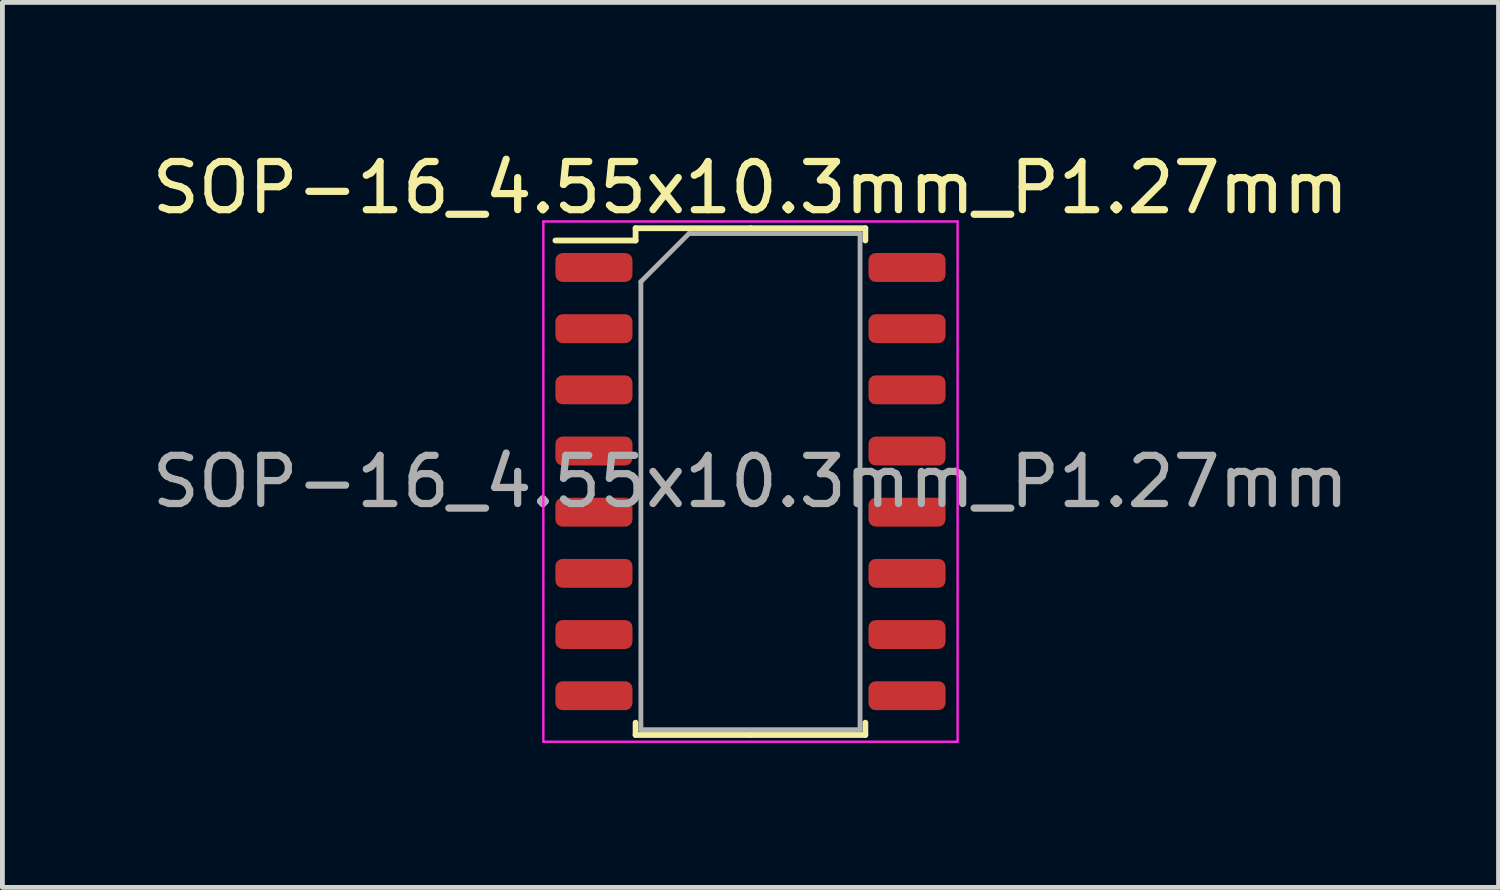
<source format=kicad_pcb>
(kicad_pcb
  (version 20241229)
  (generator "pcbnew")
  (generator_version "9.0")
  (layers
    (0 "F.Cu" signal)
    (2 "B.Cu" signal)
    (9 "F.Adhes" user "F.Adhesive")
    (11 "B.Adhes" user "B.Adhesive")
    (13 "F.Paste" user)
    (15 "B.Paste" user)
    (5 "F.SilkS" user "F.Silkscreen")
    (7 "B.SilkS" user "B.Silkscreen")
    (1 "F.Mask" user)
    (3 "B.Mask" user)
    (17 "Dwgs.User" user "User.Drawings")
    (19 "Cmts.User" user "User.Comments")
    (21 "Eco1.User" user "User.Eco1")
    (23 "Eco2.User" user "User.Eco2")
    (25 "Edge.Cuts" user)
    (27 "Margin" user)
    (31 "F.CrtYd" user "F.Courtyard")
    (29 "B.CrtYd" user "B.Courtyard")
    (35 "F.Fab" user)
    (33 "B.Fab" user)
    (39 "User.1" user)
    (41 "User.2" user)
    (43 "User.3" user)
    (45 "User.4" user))
  (footprint "SOP-16_4.55x10.3mm_P1.27mm"
    (layer "F.Cu")
    (at 12.53 6.948)
    (property "Reference" "SOP-16_4.55x10.3mm_P1.27mm" (at 0 -6.1 0) (layer "F.SilkS") (effects (font (size 1 1) (thickness 0.15))))
    (attr smd)
    (fp_line (start -2.385 -5.26) (end -2.385 -5.005) (stroke (width 0.12) (type solid)) (layer "F.SilkS"))
    (fp_line (start -2.385 -5.005) (end -4.05 -5.005) (stroke (width 0.12) (type solid)) (layer "F.SilkS"))
    (fp_line (start -2.385 5.26) (end -2.385 5.005) (stroke (width 0.12) (type solid)) (layer "F.SilkS"))
    (fp_line (start 0 -5.26) (end -2.385 -5.26) (stroke (width 0.12) (type solid)) (layer "F.SilkS"))
    (fp_line (start 0 -5.26) (end 2.385 -5.26) (stroke (width 0.12) (type solid)) (layer "F.SilkS"))
    (fp_line (start 0 5.26) (end -2.385 5.26) (stroke (width 0.12) (type solid)) (layer "F.SilkS"))
    (fp_line (start 0 5.26) (end 2.385 5.26) (stroke (width 0.12) (type solid)) (layer "F.SilkS"))
    (fp_line (start 2.385 -5.26) (end 2.385 -5.005) (stroke (width 0.12) (type solid)) (layer "F.SilkS"))
    (fp_line (start 2.385 5.26) (end 2.385 5.005) (stroke (width 0.12) (type solid)) (layer "F.SilkS"))
    (fp_line (start -4.3 -5.4) (end -4.3 5.4) (stroke (width 0.05) (type solid)) (layer "F.CrtYd"))
    (fp_line (start -4.3 5.4) (end 4.3 5.4) (stroke (width 0.05) (type solid)) (layer "F.CrtYd"))
    (fp_line (start 4.3 -5.4) (end -4.3 -5.4) (stroke (width 0.05) (type solid)) (layer "F.CrtYd"))
    (fp_line (start 4.3 5.4) (end 4.3 -5.4) (stroke (width 0.05) (type solid)) (layer "F.CrtYd"))
    (fp_line (start -2.275 -4.15) (end -1.275 -5.15) (stroke (width 0.1) (type solid)) (layer "F.Fab"))
    (fp_line (start -2.275 5.15) (end -2.275 -4.15) (stroke (width 0.1) (type solid)) (layer "F.Fab"))
    (fp_line (start -1.275 -5.15) (end 2.275 -5.15) (stroke (width 0.1) (type solid)) (layer "F.Fab"))
    (fp_line (start 2.275 -5.15) (end 2.275 5.15) (stroke (width 0.1) (type solid)) (layer "F.Fab"))
    (fp_line (start 2.275 5.15) (end -2.275 5.15) (stroke (width 0.1) (type solid)) (layer "F.Fab"))
    (fp_text user "${REFERENCE}" (at 0 0 0) (layer "F.Fab") (effects (font (size 1 1) (thickness 0.15))))
    (pad "1" smd roundrect (at -3.25 -4.445) (size 1.6 0.6) (layers "F.Cu" "F.Mask" "F.Paste") (roundrect_rratio 0.25))
    (pad "2" smd roundrect (at -3.25 -3.175) (size 1.6 0.6) (layers "F.Cu" "F.Mask" "F.Paste") (roundrect_rratio 0.25))
    (pad "3" smd roundrect (at -3.25 -1.905) (size 1.6 0.6) (layers "F.Cu" "F.Mask" "F.Paste") (roundrect_rratio 0.25))
    (pad "4" smd roundrect (at -3.25 -0.635) (size 1.6 0.6) (layers "F.Cu" "F.Mask" "F.Paste") (roundrect_rratio 0.25))
    (pad "5" smd roundrect (at -3.25 0.635) (size 1.6 0.6) (layers "F.Cu" "F.Mask" "F.Paste") (roundrect_rratio 0.25))
    (pad "6" smd roundrect (at -3.25 1.905) (size 1.6 0.6) (layers "F.Cu" "F.Mask" "F.Paste") (roundrect_rratio 0.25))
    (pad "7" smd roundrect (at -3.25 3.175) (size 1.6 0.6) (layers "F.Cu" "F.Mask" "F.Paste") (roundrect_rratio 0.25))
    (pad "8" smd roundrect (at -3.25 4.445) (size 1.6 0.6) (layers "F.Cu" "F.Mask" "F.Paste") (roundrect_rratio 0.25))
    (pad "9" smd roundrect (at 3.25 4.445) (size 1.6 0.6) (layers "F.Cu" "F.Mask" "F.Paste") (roundrect_rratio 0.25))
    (pad "10" smd roundrect (at 3.25 3.175) (size 1.6 0.6) (layers "F.Cu" "F.Mask" "F.Paste") (roundrect_rratio 0.25))
    (pad "11" smd roundrect (at 3.25 1.905) (size 1.6 0.6) (layers "F.Cu" "F.Mask" "F.Paste") (roundrect_rratio 0.25))
    (pad "12" smd roundrect (at 3.25 0.635) (size 1.6 0.6) (layers "F.Cu" "F.Mask" "F.Paste") (roundrect_rratio 0.25))
    (pad "13" smd roundrect (at 3.25 -0.635) (size 1.6 0.6) (layers "F.Cu" "F.Mask" "F.Paste") (roundrect_rratio 0.25))
    (pad "14" smd roundrect (at 3.25 -1.905) (size 1.6 0.6) (layers "F.Cu" "F.Mask" "F.Paste") (roundrect_rratio 0.25))
    (pad "15" smd roundrect (at 3.25 -3.175) (size 1.6 0.6) (layers "F.Cu" "F.Mask" "F.Paste") (roundrect_rratio 0.25))
    (pad "16" smd roundrect (at 3.25 -4.445) (size 1.6 0.6) (layers "F.Cu" "F.Mask" "F.Paste") (roundrect_rratio 0.25)))
  (gr_rect
    (start -3 -3)
    (end 28.06 15.373)
    (stroke (width 0.1) (type default))
    (fill no)
    (layer "Edge.Cuts")))
</source>
